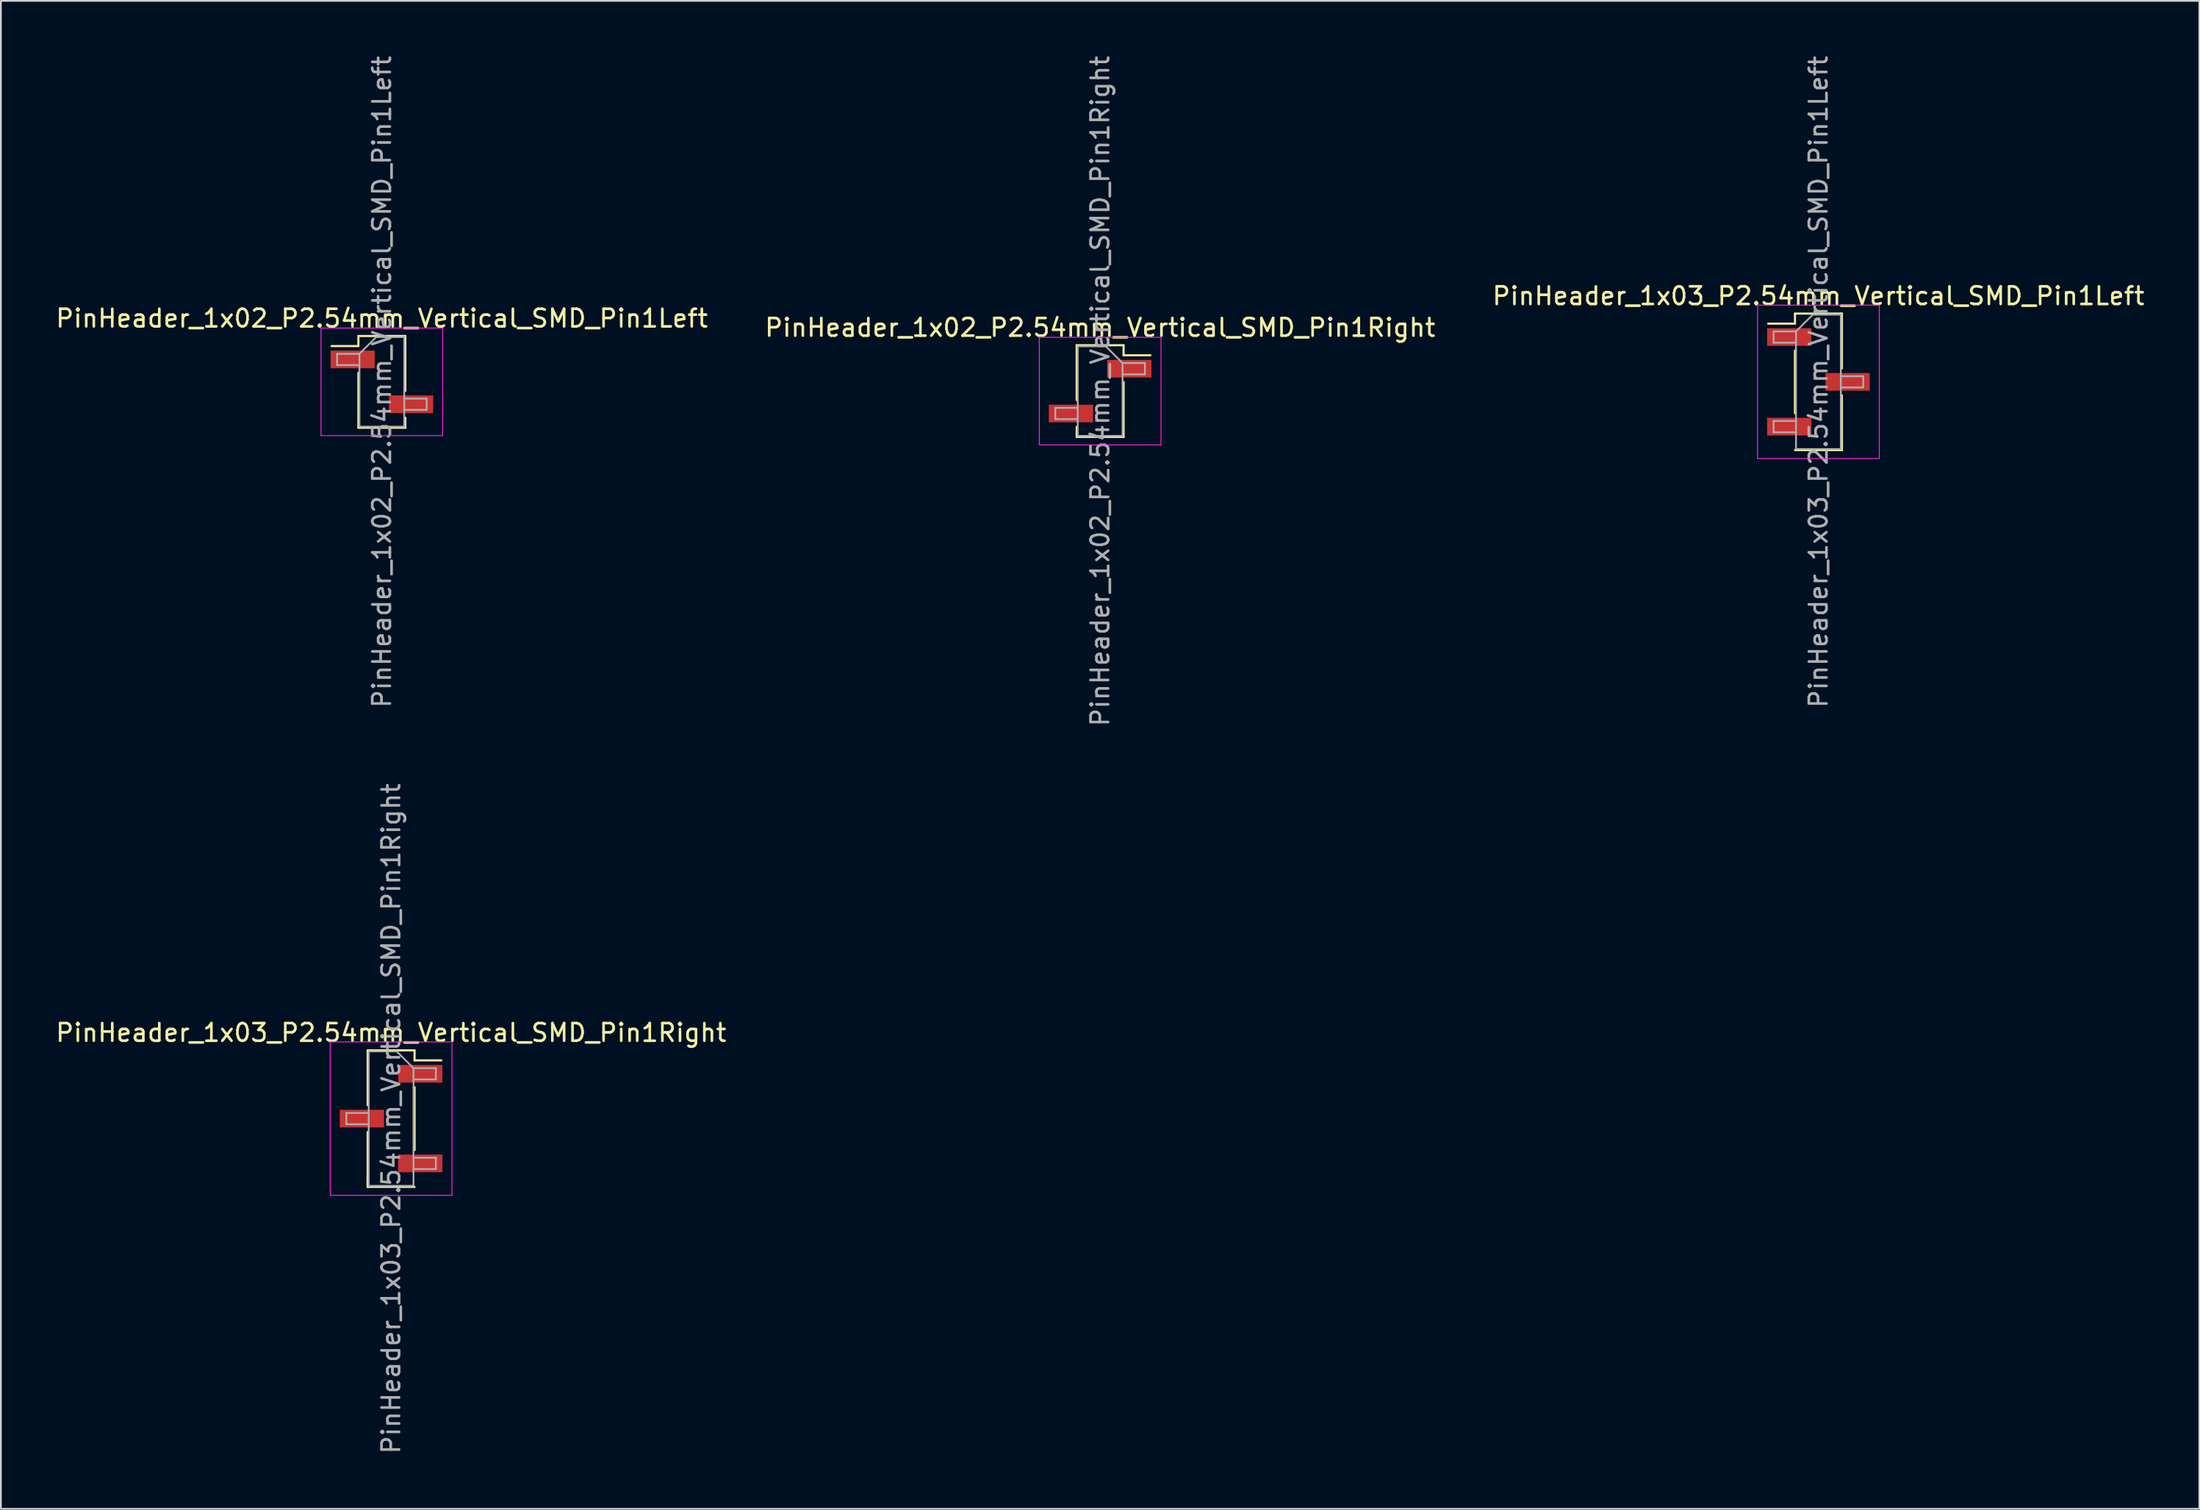
<source format=kicad_pcb>
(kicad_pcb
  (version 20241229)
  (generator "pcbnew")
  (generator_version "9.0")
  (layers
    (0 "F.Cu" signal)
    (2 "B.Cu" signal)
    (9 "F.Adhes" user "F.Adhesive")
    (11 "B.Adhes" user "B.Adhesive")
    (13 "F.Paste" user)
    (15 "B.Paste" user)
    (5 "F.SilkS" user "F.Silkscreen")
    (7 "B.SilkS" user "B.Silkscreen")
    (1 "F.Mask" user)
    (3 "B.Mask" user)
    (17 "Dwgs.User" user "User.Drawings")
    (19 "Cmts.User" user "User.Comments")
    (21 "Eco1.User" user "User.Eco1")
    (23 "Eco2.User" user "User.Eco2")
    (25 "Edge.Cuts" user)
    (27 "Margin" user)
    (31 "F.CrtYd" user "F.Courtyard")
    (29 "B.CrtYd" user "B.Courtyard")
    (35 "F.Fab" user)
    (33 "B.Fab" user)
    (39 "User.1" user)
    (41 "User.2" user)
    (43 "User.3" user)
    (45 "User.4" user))
  (footprint "PinHeader_1x03_P2.54mm_Vertical_SMD_Pin1Right"
    (layer "F.Cu")
    (at 19.125 60.375)
    (property "Reference" "PinHeader_1x03_P2.54mm_Vertical_SMD_Pin1Right" (at 0 -4.87 0) (layer "F.SilkS") (effects (font (size 1 1) (thickness 0.15))))
    (attr smd)
    (fp_line (start -1.33 -3.87) (end -1.33 -0.76) (stroke (width 0.12) (type solid)) (layer "F.SilkS"))
    (fp_line (start -1.33 -3.87) (end 1.33 -3.87) (stroke (width 0.12) (type solid)) (layer "F.SilkS"))
    (fp_line (start -1.33 0.76) (end -1.33 3.87) (stroke (width 0.12) (type solid)) (layer "F.SilkS"))
    (fp_line (start -1.33 3.3) (end -1.33 3.87) (stroke (width 0.12) (type solid)) (layer "F.SilkS"))
    (fp_line (start -1.33 3.87) (end 1.33 3.87) (stroke (width 0.12) (type solid)) (layer "F.SilkS"))
    (fp_line (start 1.33 -3.87) (end 1.33 -3.3) (stroke (width 0.12) (type solid)) (layer "F.SilkS"))
    (fp_line (start 1.33 -3.3) (end 2.85 -3.3) (stroke (width 0.12) (type solid)) (layer "F.SilkS"))
    (fp_line (start 1.33 -1.78) (end 1.33 1.78) (stroke (width 0.12) (type solid)) (layer "F.SilkS"))
    (fp_line (start -3.45 -4.35) (end -3.45 4.35) (stroke (width 0.05) (type solid)) (layer "F.CrtYd"))
    (fp_line (start -3.45 4.35) (end 3.45 4.35) (stroke (width 0.05) (type solid)) (layer "F.CrtYd"))
    (fp_line (start 3.45 -4.35) (end -3.45 -4.35) (stroke (width 0.05) (type solid)) (layer "F.CrtYd"))
    (fp_line (start 3.45 4.35) (end 3.45 -4.35) (stroke (width 0.05) (type solid)) (layer "F.CrtYd"))
    (fp_line (start -2.54 -0.32) (end -2.54 0.32) (stroke (width 0.1) (type solid)) (layer "F.Fab"))
    (fp_line (start -2.54 0.32) (end -1.27 0.32) (stroke (width 0.1) (type solid)) (layer "F.Fab"))
    (fp_line (start -1.27 -3.81) (end -1.27 3.81) (stroke (width 0.1) (type solid)) (layer "F.Fab"))
    (fp_line (start -1.27 -3.81) (end 0.32 -3.81) (stroke (width 0.1) (type solid)) (layer "F.Fab"))
    (fp_line (start -1.27 -0.32) (end -2.54 -0.32) (stroke (width 0.1) (type solid)) (layer "F.Fab"))
    (fp_line (start 1.27 -2.86) (end 0.32 -3.81) (stroke (width 0.1) (type solid)) (layer "F.Fab"))
    (fp_line (start 1.27 -2.86) (end 2.54 -2.86) (stroke (width 0.1) (type solid)) (layer "F.Fab"))
    (fp_line (start 1.27 2.22) (end 2.54 2.22) (stroke (width 0.1) (type solid)) (layer "F.Fab"))
    (fp_line (start 1.27 3.81) (end -1.27 3.81) (stroke (width 0.1) (type solid)) (layer "F.Fab"))
    (fp_line (start 1.27 3.81) (end 1.27 -2.86) (stroke (width 0.1) (type solid)) (layer "F.Fab"))
    (fp_line (start 2.54 -2.86) (end 2.54 -2.22) (stroke (width 0.1) (type solid)) (layer "F.Fab"))
    (fp_line (start 2.54 -2.22) (end 1.27 -2.22) (stroke (width 0.1) (type solid)) (layer "F.Fab"))
    (fp_line (start 2.54 2.22) (end 2.54 2.86) (stroke (width 0.1) (type solid)) (layer "F.Fab"))
    (fp_line (start 2.54 2.86) (end 1.27 2.86) (stroke (width 0.1) (type solid)) (layer "F.Fab"))
    (fp_text user "${REFERENCE}" (at 0 0 90) (layer "F.Fab") (effects (font (size 1 1) (thickness 0.15))))
    (pad "1" smd rect (at 1.655 -2.54) (size 2.51 1) (layers "F.Cu" "F.Mask" "F.Paste"))
    (pad "2" smd rect (at -1.655 0) (size 2.51 1) (layers "F.Cu" "F.Mask" "F.Paste"))
    (pad "3" smd rect (at 1.655 2.54) (size 2.51 1) (layers "F.Cu" "F.Mask" "F.Paste")))
  (footprint "PinHeader_1x02_P2.54mm_Vertical_SMD_Pin1Left"
    (layer "F.Cu")
    (at 18.601 18.601)
    (property "Reference" "PinHeader_1x02_P2.54mm_Vertical_SMD_Pin1Left" (at 0 -3.6 0) (layer "F.SilkS") (effects (font (size 1 1) (thickness 0.15))))
    (attr smd)
    (fp_line (start -1.33 -2.6) (end -1.33 -2.03) (stroke (width 0.12) (type solid)) (layer "F.SilkS"))
    (fp_line (start -1.33 -2.6) (end 1.33 -2.6) (stroke (width 0.12) (type solid)) (layer "F.SilkS"))
    (fp_line (start -1.33 -2.03) (end -2.85 -2.03) (stroke (width 0.12) (type solid)) (layer "F.SilkS"))
    (fp_line (start -1.33 -0.51) (end -1.33 2.6) (stroke (width 0.12) (type solid)) (layer "F.SilkS"))
    (fp_line (start -1.33 2.6) (end 1.33 2.6) (stroke (width 0.12) (type solid)) (layer "F.SilkS"))
    (fp_line (start 1.33 -2.6) (end 1.33 0.51) (stroke (width 0.12) (type solid)) (layer "F.SilkS"))
    (fp_line (start 1.33 2.03) (end 1.33 2.6) (stroke (width 0.12) (type solid)) (layer "F.SilkS"))
    (fp_line (start -3.45 -3.05) (end -3.45 3.05) (stroke (width 0.05) (type solid)) (layer "F.CrtYd"))
    (fp_line (start -3.45 3.05) (end 3.45 3.05) (stroke (width 0.05) (type solid)) (layer "F.CrtYd"))
    (fp_line (start 3.45 -3.05) (end -3.45 -3.05) (stroke (width 0.05) (type solid)) (layer "F.CrtYd"))
    (fp_line (start 3.45 3.05) (end 3.45 -3.05) (stroke (width 0.05) (type solid)) (layer "F.CrtYd"))
    (fp_line (start -2.54 -1.59) (end -2.54 -0.95) (stroke (width 0.1) (type solid)) (layer "F.Fab"))
    (fp_line (start -2.54 -0.95) (end -1.27 -0.95) (stroke (width 0.1) (type solid)) (layer "F.Fab"))
    (fp_line (start -1.27 -1.59) (end -2.54 -1.59) (stroke (width 0.1) (type solid)) (layer "F.Fab"))
    (fp_line (start -1.27 -1.59) (end -0.32 -2.54) (stroke (width 0.1) (type solid)) (layer "F.Fab"))
    (fp_line (start -1.27 2.54) (end -1.27 -1.59) (stroke (width 0.1) (type solid)) (layer "F.Fab"))
    (fp_line (start -0.32 -2.54) (end 1.27 -2.54) (stroke (width 0.1) (type solid)) (layer "F.Fab"))
    (fp_line (start 1.27 -2.54) (end 1.27 2.54) (stroke (width 0.1) (type solid)) (layer "F.Fab"))
    (fp_line (start 1.27 0.95) (end 2.54 0.95) (stroke (width 0.1) (type solid)) (layer "F.Fab"))
    (fp_line (start 1.27 2.54) (end -1.27 2.54) (stroke (width 0.1) (type solid)) (layer "F.Fab"))
    (fp_line (start 2.54 0.95) (end 2.54 1.59) (stroke (width 0.1) (type solid)) (layer "F.Fab"))
    (fp_line (start 2.54 1.59) (end 1.27 1.59) (stroke (width 0.1) (type solid)) (layer "F.Fab"))
    (fp_text user "${REFERENCE}" (at 0 0 90) (layer "F.Fab") (effects (font (size 1 1) (thickness 0.15))))
    (pad "1" smd rect (at -1.655 -1.27) (size 2.51 1) (layers "F.Cu" "F.Mask" "F.Paste"))
    (pad "2" smd rect (at 1.655 1.27) (size 2.51 1) (layers "F.Cu" "F.Mask" "F.Paste")))
  (footprint "PinHeader_1x02_P2.54mm_Vertical_SMD_Pin1Right"
    (layer "F.Cu")
    (at 59.327 19.125)
    (property "Reference" "PinHeader_1x02_P2.54mm_Vertical_SMD_Pin1Right" (at 0 -3.6 0) (layer "F.SilkS") (effects (font (size 1 1) (thickness 0.15))))
    (attr smd)
    (fp_line (start -1.33 -2.6) (end -1.33 0.51) (stroke (width 0.12) (type solid)) (layer "F.SilkS"))
    (fp_line (start -1.33 -2.6) (end 1.33 -2.6) (stroke (width 0.12) (type solid)) (layer "F.SilkS"))
    (fp_line (start -1.33 2.03) (end -1.33 2.6) (stroke (width 0.12) (type solid)) (layer "F.SilkS"))
    (fp_line (start -1.33 2.6) (end 1.33 2.6) (stroke (width 0.12) (type solid)) (layer "F.SilkS"))
    (fp_line (start 1.33 -2.6) (end 1.33 -2.03) (stroke (width 0.12) (type solid)) (layer "F.SilkS"))
    (fp_line (start 1.33 -2.03) (end 2.85 -2.03) (stroke (width 0.12) (type solid)) (layer "F.SilkS"))
    (fp_line (start 1.33 -0.51) (end 1.33 2.6) (stroke (width 0.12) (type solid)) (layer "F.SilkS"))
    (fp_line (start -3.45 -3.05) (end -3.45 3.05) (stroke (width 0.05) (type solid)) (layer "F.CrtYd"))
    (fp_line (start -3.45 3.05) (end 3.45 3.05) (stroke (width 0.05) (type solid)) (layer "F.CrtYd"))
    (fp_line (start 3.45 -3.05) (end -3.45 -3.05) (stroke (width 0.05) (type solid)) (layer "F.CrtYd"))
    (fp_line (start 3.45 3.05) (end 3.45 -3.05) (stroke (width 0.05) (type solid)) (layer "F.CrtYd"))
    (fp_line (start -2.54 0.95) (end -2.54 1.59) (stroke (width 0.1) (type solid)) (layer "F.Fab"))
    (fp_line (start -2.54 1.59) (end -1.27 1.59) (stroke (width 0.1) (type solid)) (layer "F.Fab"))
    (fp_line (start -1.27 -2.54) (end -1.27 2.54) (stroke (width 0.1) (type solid)) (layer "F.Fab"))
    (fp_line (start -1.27 -2.54) (end 0.32 -2.54) (stroke (width 0.1) (type solid)) (layer "F.Fab"))
    (fp_line (start -1.27 0.95) (end -2.54 0.95) (stroke (width 0.1) (type solid)) (layer "F.Fab"))
    (fp_line (start 1.27 -1.59) (end 0.32 -2.54) (stroke (width 0.1) (type solid)) (layer "F.Fab"))
    (fp_line (start 1.27 -1.59) (end 2.54 -1.59) (stroke (width 0.1) (type solid)) (layer "F.Fab"))
    (fp_line (start 1.27 2.54) (end -1.27 2.54) (stroke (width 0.1) (type solid)) (layer "F.Fab"))
    (fp_line (start 1.27 2.54) (end 1.27 -1.59) (stroke (width 0.1) (type solid)) (layer "F.Fab"))
    (fp_line (start 2.54 -1.59) (end 2.54 -0.95) (stroke (width 0.1) (type solid)) (layer "F.Fab"))
    (fp_line (start 2.54 -0.95) (end 1.27 -0.95) (stroke (width 0.1) (type solid)) (layer "F.Fab"))
    (fp_text user "${REFERENCE}" (at 0 0 90) (layer "F.Fab") (effects (font (size 1 1) (thickness 0.15))))
    (pad "1" smd rect (at 1.655 -1.27) (size 2.51 1) (layers "F.Cu" "F.Mask" "F.Paste"))
    (pad "2" smd rect (at -1.655 1.27) (size 2.51 1) (layers "F.Cu" "F.Mask" "F.Paste")))
  (footprint "PinHeader_1x03_P2.54mm_Vertical_SMD_Pin1Left"
    (layer "F.Cu")
    (at 100.054 18.601)
    (property "Reference" "PinHeader_1x03_P2.54mm_Vertical_SMD_Pin1Left" (at 0 -4.87 0) (layer "F.SilkS") (effects (font (size 1 1) (thickness 0.15))))
    (attr smd)
    (fp_line (start -1.33 -3.87) (end -1.33 -3.3) (stroke (width 0.12) (type solid)) (layer "F.SilkS"))
    (fp_line (start -1.33 -3.87) (end 1.33 -3.87) (stroke (width 0.12) (type solid)) (layer "F.SilkS"))
    (fp_line (start -1.33 -3.3) (end -2.85 -3.3) (stroke (width 0.12) (type solid)) (layer "F.SilkS"))
    (fp_line (start -1.33 -1.78) (end -1.33 1.78) (stroke (width 0.12) (type solid)) (layer "F.SilkS"))
    (fp_line (start -1.33 3.87) (end 1.33 3.87) (stroke (width 0.12) (type solid)) (layer "F.SilkS"))
    (fp_line (start 1.33 -3.87) (end 1.33 -0.76) (stroke (width 0.12) (type solid)) (layer "F.SilkS"))
    (fp_line (start 1.33 0.76) (end 1.33 3.87) (stroke (width 0.12) (type solid)) (layer "F.SilkS"))
    (fp_line (start 1.33 3.3) (end 1.33 3.87) (stroke (width 0.12) (type solid)) (layer "F.SilkS"))
    (fp_line (start -3.45 -4.35) (end -3.45 4.35) (stroke (width 0.05) (type solid)) (layer "F.CrtYd"))
    (fp_line (start -3.45 4.35) (end 3.45 4.35) (stroke (width 0.05) (type solid)) (layer "F.CrtYd"))
    (fp_line (start 3.45 -4.35) (end -3.45 -4.35) (stroke (width 0.05) (type solid)) (layer "F.CrtYd"))
    (fp_line (start 3.45 4.35) (end 3.45 -4.35) (stroke (width 0.05) (type solid)) (layer "F.CrtYd"))
    (fp_line (start -2.54 -2.86) (end -2.54 -2.22) (stroke (width 0.1) (type solid)) (layer "F.Fab"))
    (fp_line (start -2.54 -2.22) (end -1.27 -2.22) (stroke (width 0.1) (type solid)) (layer "F.Fab"))
    (fp_line (start -2.54 2.22) (end -2.54 2.86) (stroke (width 0.1) (type solid)) (layer "F.Fab"))
    (fp_line (start -2.54 2.86) (end -1.27 2.86) (stroke (width 0.1) (type solid)) (layer "F.Fab"))
    (fp_line (start -1.27 -2.86) (end -2.54 -2.86) (stroke (width 0.1) (type solid)) (layer "F.Fab"))
    (fp_line (start -1.27 -2.86) (end -0.32 -3.81) (stroke (width 0.1) (type solid)) (layer "F.Fab"))
    (fp_line (start -1.27 2.22) (end -2.54 2.22) (stroke (width 0.1) (type solid)) (layer "F.Fab"))
    (fp_line (start -1.27 3.81) (end -1.27 -2.86) (stroke (width 0.1) (type solid)) (layer "F.Fab"))
    (fp_line (start -0.32 -3.81) (end 1.27 -3.81) (stroke (width 0.1) (type solid)) (layer "F.Fab"))
    (fp_line (start 1.27 -3.81) (end 1.27 3.81) (stroke (width 0.1) (type solid)) (layer "F.Fab"))
    (fp_line (start 1.27 -0.32) (end 2.54 -0.32) (stroke (width 0.1) (type solid)) (layer "F.Fab"))
    (fp_line (start 1.27 3.81) (end -1.27 3.81) (stroke (width 0.1) (type solid)) (layer "F.Fab"))
    (fp_line (start 2.54 -0.32) (end 2.54 0.32) (stroke (width 0.1) (type solid)) (layer "F.Fab"))
    (fp_line (start 2.54 0.32) (end 1.27 0.32) (stroke (width 0.1) (type solid)) (layer "F.Fab"))
    (fp_text user "${REFERENCE}" (at 0 0 90) (layer "F.Fab") (effects (font (size 1 1) (thickness 0.15))))
    (pad "1" smd rect (at -1.655 -2.54) (size 2.51 1) (layers "F.Cu" "F.Mask" "F.Paste"))
    (pad "2" smd rect (at 1.655 0) (size 2.51 1) (layers "F.Cu" "F.Mask" "F.Paste"))
    (pad "3" smd rect (at -1.655 2.54) (size 2.51 1) (layers "F.Cu" "F.Mask" "F.Paste")))
  (gr_rect
    (start -3 -3)
    (end 121.655 82.5)
    (stroke (width 0.1) (type default))
    (fill no)
    (layer "Edge.Cuts")))
</source>
